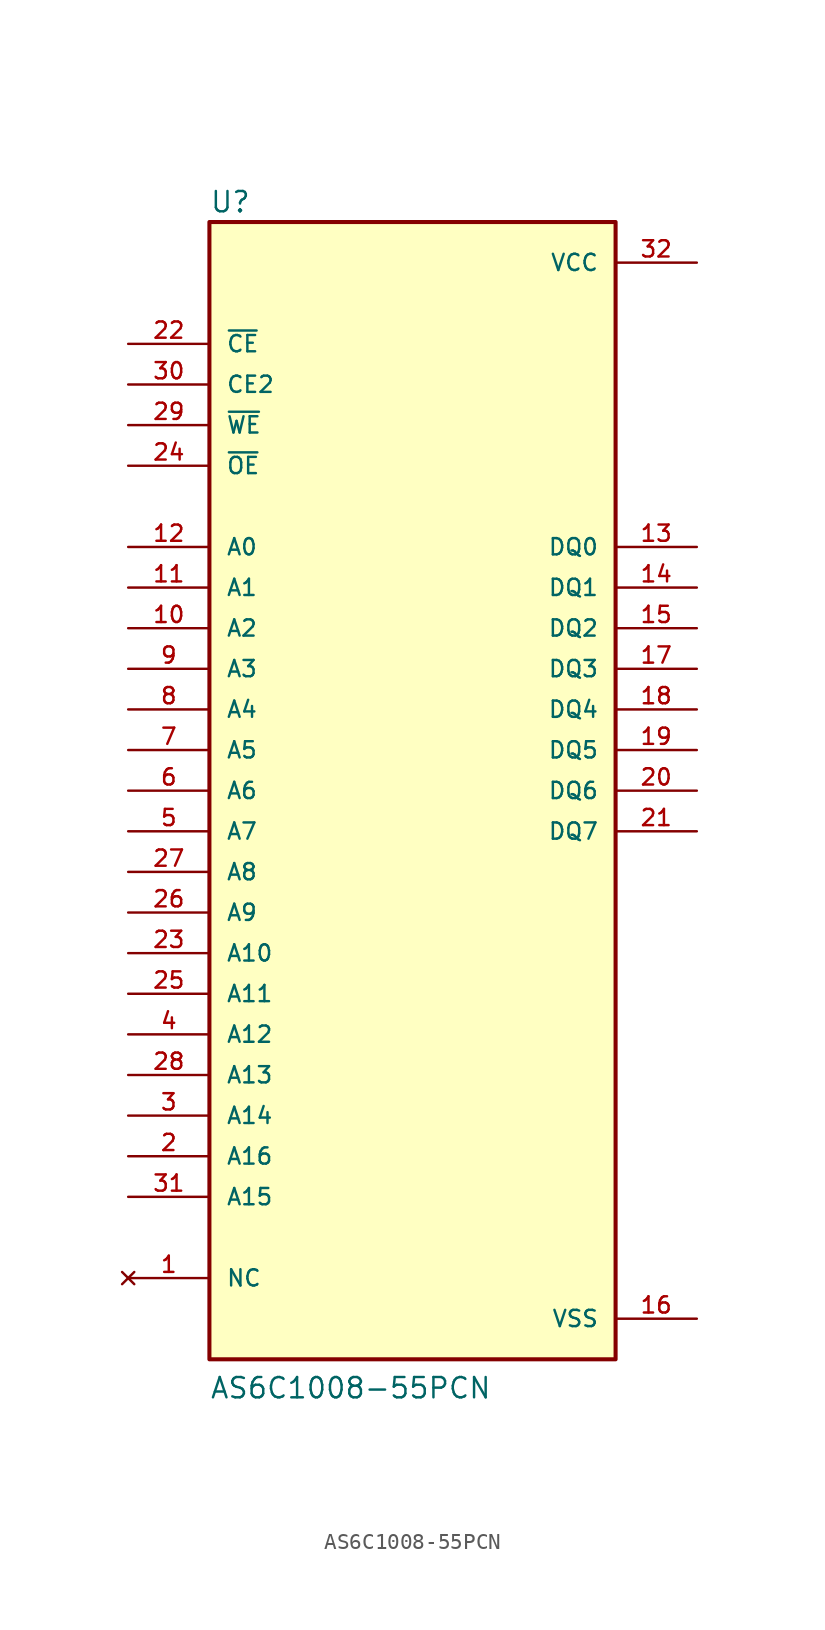
<source format=kicad_sym>
(kicad_symbol_lib
  (version 20211014)
  (generator kicad_symbol_editor)
  (symbol "AS6C1008-55PCN"
    (pin_names
      (offset 1.016))
    (property "Reference" "U"
      (at -12.7 36.068 0.0)
      (effects (font (size 1.27 1.27)) (justify bottom left)))
    (property "Value" "AS6C1008-55PCN"
      (at -12.7 -38.1 0.0)
      (effects (font (size 1.27 1.27)) (justify bottom left)))
    (symbol "AS6C1008-55PCN_0_0"
      (rectangle (start -12.7 -35.56) (end 12.7 35.56) (stroke (width 0.254)) (fill (type background)))
      (pin power_in line (at 17.78 33.02 180.0) (length 5.08) (name "VCC" (effects (font (size 1.016 1.016)))) (number "32" (effects (font (size 1.016 1.016)))))
      (pin input line (at -17.78 27.94 0) (length 5.08) (name "~{CE}" (effects (font (size 1.016 1.016)))) (number "22" (effects (font (size 1.016 1.016)))))
      (pin input line (at -17.78 20.32 0) (length 5.08) (name "~{OE}" (effects (font (size 1.016 1.016)))) (number "24" (effects (font (size 1.016 1.016)))))
      (pin input line (at -17.78 22.86 0) (length 5.08) (name "~{WE}" (effects (font (size 1.016 1.016)))) (number "29" (effects (font (size 1.016 1.016)))))
      (pin input line (at -17.78 25.4 0) (length 5.08) (name "CE2" (effects (font (size 1.016 1.016)))) (number "30" (effects (font (size 1.016 1.016)))))
      (pin input line (at -17.78 15.24 0) (length 5.08) (name "A0" (effects (font (size 1.016 1.016)))) (number "12" (effects (font (size 1.016 1.016)))))
      (pin input line (at -17.78 12.7 0) (length 5.08) (name "A1" (effects (font (size 1.016 1.016)))) (number "11" (effects (font (size 1.016 1.016)))))
      (pin input line (at -17.78 10.16 0) (length 5.08) (name "A2" (effects (font (size 1.016 1.016)))) (number "10" (effects (font (size 1.016 1.016)))))
      (pin input line (at -17.78 7.62 0) (length 5.08) (name "A3" (effects (font (size 1.016 1.016)))) (number "9" (effects (font (size 1.016 1.016)))))
      (pin input line (at -17.78 5.08 0) (length 5.08) (name "A4" (effects (font (size 1.016 1.016)))) (number "8" (effects (font (size 1.016 1.016)))))
      (pin input line (at -17.78 2.54 0) (length 5.08) (name "A5" (effects (font (size 1.016 1.016)))) (number "7" (effects (font (size 1.016 1.016)))))
      (pin input line (at -17.78 0.0 0) (length 5.08) (name "A6" (effects (font (size 1.016 1.016)))) (number "6" (effects (font (size 1.016 1.016)))))
      (pin input line (at -17.78 -2.54 0) (length 5.08) (name "A7" (effects (font (size 1.016 1.016)))) (number "5" (effects (font (size 1.016 1.016)))))
      (pin input line (at -17.78 -5.08 0) (length 5.08) (name "A8" (effects (font (size 1.016 1.016)))) (number "27" (effects (font (size 1.016 1.016)))))
      (pin input line (at -17.78 -7.62 0) (length 5.08) (name "A9" (effects (font (size 1.016 1.016)))) (number "26" (effects (font (size 1.016 1.016)))))
      (pin input line (at -17.78 -10.16 0) (length 5.08) (name "A10" (effects (font (size 1.016 1.016)))) (number "23" (effects (font (size 1.016 1.016)))))
      (pin input line (at -17.78 -12.7 0) (length 5.08) (name "A11" (effects (font (size 1.016 1.016)))) (number "25" (effects (font (size 1.016 1.016)))))
      (pin input line (at -17.78 -15.24 0) (length 5.08) (name "A12" (effects (font (size 1.016 1.016)))) (number "4" (effects (font (size 1.016 1.016)))))
      (pin input line (at -17.78 -17.78 0) (length 5.08) (name "A13" (effects (font (size 1.016 1.016)))) (number "28" (effects (font (size 1.016 1.016)))))
      (pin input line (at -17.78 -20.32 0) (length 5.08) (name "A14" (effects (font (size 1.016 1.016)))) (number "3" (effects (font (size 1.016 1.016)))))
      (pin input line (at -17.78 -22.86 0) (length 5.08) (name "A16" (effects (font (size 1.016 1.016)))) (number "2" (effects (font (size 1.016 1.016)))))
      (pin input line (at -17.78 -25.4 0) (length 5.08) (name "A15" (effects (font (size 1.016 1.016)))) (number "31" (effects (font (size 1.016 1.016)))))
      (pin no_connect line (at -17.78 -30.48 0) (length 5.08) (name "NC" (effects (font (size 1.016 1.016)))) (number "1" (effects (font (size 1.016 1.016)))))
      (pin power_in line (at 17.78 -33.02 180.0) (length 5.08) (name "VSS" (effects (font (size 1.016 1.016)))) (number "16" (effects (font (size 1.016 1.016)))))
      (pin bidirectional line (at 17.78 15.24 180.0) (length 5.08) (name "DQ0" (effects (font (size 1.016 1.016)))) (number "13" (effects (font (size 1.016 1.016)))))
      (pin bidirectional line (at 17.78 12.7 180.0) (length 5.08) (name "DQ1" (effects (font (size 1.016 1.016)))) (number "14" (effects (font (size 1.016 1.016)))))
      (pin bidirectional line (at 17.78 10.16 180.0) (length 5.08) (name "DQ2" (effects (font (size 1.016 1.016)))) (number "15" (effects (font (size 1.016 1.016)))))
      (pin bidirectional line (at 17.78 7.62 180.0) (length 5.08) (name "DQ3" (effects (font (size 1.016 1.016)))) (number "17" (effects (font (size 1.016 1.016)))))
      (pin bidirectional line (at 17.78 5.08 180.0) (length 5.08) (name "DQ4" (effects (font (size 1.016 1.016)))) (number "18" (effects (font (size 1.016 1.016)))))
      (pin bidirectional line (at 17.78 2.54 180.0) (length 5.08) (name "DQ5" (effects (font (size 1.016 1.016)))) (number "19" (effects (font (size 1.016 1.016)))))
      (pin bidirectional line (at 17.78 0.0 180.0) (length 5.08) (name "DQ6" (effects (font (size 1.016 1.016)))) (number "20" (effects (font (size 1.016 1.016)))))
      (pin bidirectional line (at 17.78 -2.54 180.0) (length 5.08) (name "DQ7" (effects (font (size 1.016 1.016)))) (number "21" (effects (font (size 1.016 1.016))))))))
</source>
